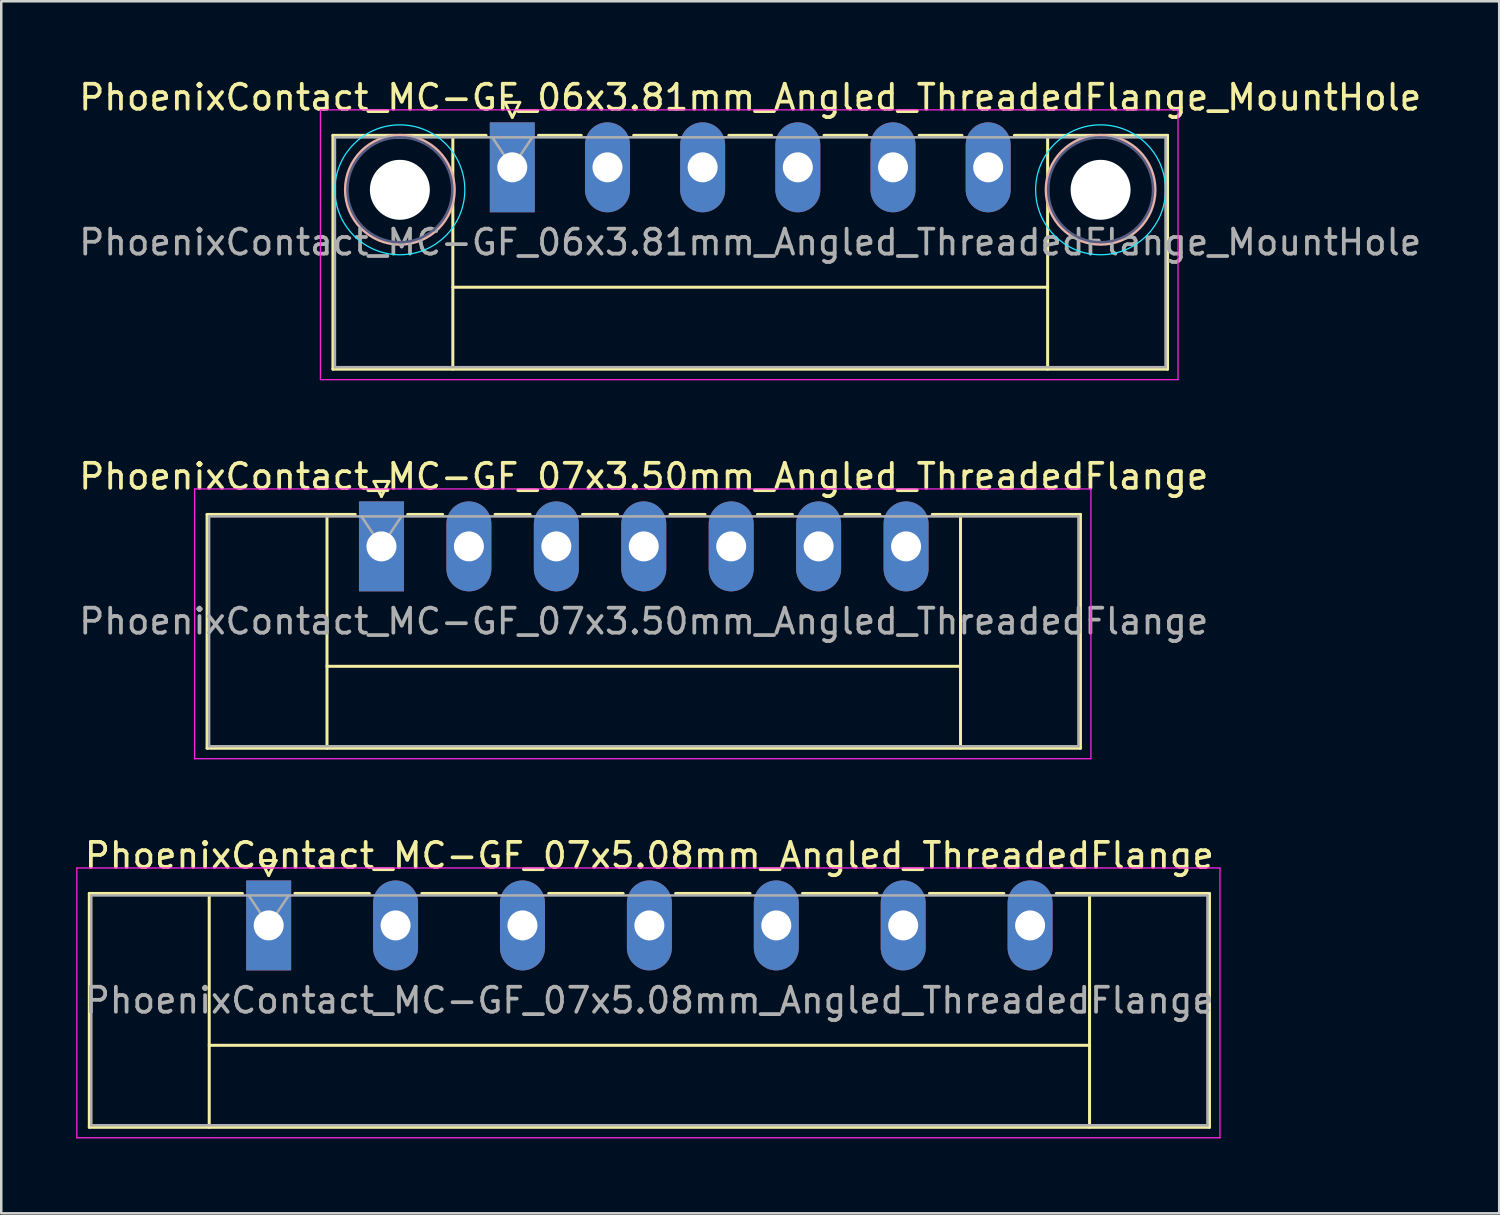
<source format=kicad_pcb>
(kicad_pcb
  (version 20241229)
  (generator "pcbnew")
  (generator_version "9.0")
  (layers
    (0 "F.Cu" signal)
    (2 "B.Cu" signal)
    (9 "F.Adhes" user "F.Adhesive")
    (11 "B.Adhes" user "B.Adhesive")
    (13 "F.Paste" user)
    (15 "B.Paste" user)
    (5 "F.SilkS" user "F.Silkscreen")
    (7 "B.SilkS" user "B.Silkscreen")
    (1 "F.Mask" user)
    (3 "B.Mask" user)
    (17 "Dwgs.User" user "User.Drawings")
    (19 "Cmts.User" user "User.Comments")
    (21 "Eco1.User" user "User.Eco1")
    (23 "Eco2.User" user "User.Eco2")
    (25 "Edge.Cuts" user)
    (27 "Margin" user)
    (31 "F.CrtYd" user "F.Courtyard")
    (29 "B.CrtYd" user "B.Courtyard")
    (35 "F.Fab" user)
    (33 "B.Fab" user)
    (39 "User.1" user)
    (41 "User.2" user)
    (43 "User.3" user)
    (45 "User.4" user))
  (footprint "PhoenixContact_MC-GF_07x5.08mm_Angled_ThreadedFlange"
    (layer "F.Cu")
    (at 7.705 33.995)
    (property "Reference" "PhoenixContact_MC-GF_07x5.08mm_Angled_ThreadedFlange" (at 15.24 -2.8 0) (layer "F.SilkS") (effects (font (size 1 1) (thickness 0.15))))
    (attr through_hole)
    (fp_line (start -7.18 -1.28) (end -7.18 8.08) (stroke (width 0.12) (type solid)) (layer "F.SilkS"))
    (fp_line (start -7.18 -1.28) (end -1.05 -1.28) (stroke (width 0.12) (type solid)) (layer "F.SilkS"))
    (fp_line (start -7.18 8.08) (end 37.66 8.08) (stroke (width 0.12) (type solid)) (layer "F.SilkS"))
    (fp_line (start -2.38 -1.28) (end -2.38 8.08) (stroke (width 0.12) (type solid)) (layer "F.SilkS"))
    (fp_line (start -2.38 4.8) (end 32.86 4.8) (stroke (width 0.12) (type solid)) (layer "F.SilkS"))
    (fp_line (start -0.3 -2.6) (end 0.3 -2.6) (stroke (width 0.12) (type solid)) (layer "F.SilkS"))
    (fp_line (start 0 -2) (end -0.3 -2.6) (stroke (width 0.12) (type solid)) (layer "F.SilkS"))
    (fp_line (start 0.3 -2.6) (end 0 -2) (stroke (width 0.12) (type solid)) (layer "F.SilkS"))
    (fp_line (start 1.05 -1.28) (end 4.03 -1.28) (stroke (width 0.12) (type solid)) (layer "F.SilkS"))
    (fp_line (start 6.13 -1.28) (end 9.11 -1.28) (stroke (width 0.12) (type solid)) (layer "F.SilkS"))
    (fp_line (start 11.21 -1.28) (end 14.19 -1.28) (stroke (width 0.12) (type solid)) (layer "F.SilkS"))
    (fp_line (start 16.29 -1.28) (end 19.27 -1.28) (stroke (width 0.12) (type solid)) (layer "F.SilkS"))
    (fp_line (start 21.37 -1.28) (end 24.35 -1.28) (stroke (width 0.12) (type solid)) (layer "F.SilkS"))
    (fp_line (start 26.45 -1.28) (end 29.43 -1.28) (stroke (width 0.12) (type solid)) (layer "F.SilkS"))
    (fp_line (start 32.86 -1.28) (end 32.86 8.08) (stroke (width 0.12) (type solid)) (layer "F.SilkS"))
    (fp_line (start 37.66 -1.28) (end 31.53 -1.28) (stroke (width 0.12) (type solid)) (layer "F.SilkS"))
    (fp_line (start 37.66 8.08) (end 37.66 -1.28) (stroke (width 0.12) (type solid)) (layer "F.SilkS"))
    (fp_line (start -7.68 -2.3) (end -7.68 8.5) (stroke (width 0.05) (type solid)) (layer "F.CrtYd"))
    (fp_line (start -7.68 8.5) (end 38.08 8.5) (stroke (width 0.05) (type solid)) (layer "F.CrtYd"))
    (fp_line (start 38.08 -2.3) (end -7.68 -2.3) (stroke (width 0.05) (type solid)) (layer "F.CrtYd"))
    (fp_line (start 38.08 8.5) (end 38.08 -2.3) (stroke (width 0.05) (type solid)) (layer "F.CrtYd"))
    (fp_line (start -7.1 -1.2) (end -7.1 8) (stroke (width 0.1) (type solid)) (layer "F.Fab"))
    (fp_line (start -7.1 8) (end 37.58 8) (stroke (width 0.1) (type solid)) (layer "F.Fab"))
    (fp_line (start 0 0) (end -0.8 -1.2) (stroke (width 0.1) (type solid)) (layer "F.Fab"))
    (fp_line (start 0.8 -1.2) (end 0 0) (stroke (width 0.1) (type solid)) (layer "F.Fab"))
    (fp_line (start 37.58 -1.2) (end -7.1 -1.2) (stroke (width 0.1) (type solid)) (layer "F.Fab"))
    (fp_line (start 37.58 8) (end 37.58 -1.2) (stroke (width 0.1) (type solid)) (layer "F.Fab"))
    (fp_text user "${REFERENCE}" (at 15.24 3 0) (layer "F.Fab") (effects (font (size 1 1) (thickness 0.15))))
    (pad "1" thru_hole rect (at 0 0) (size 1.8 3.6) (drill 1.2) (layers "*.Cu" "*.Mask"))
    (pad "2" thru_hole oval (at 5.08 0) (size 1.8 3.6) (drill 1.2) (layers "*.Cu" "*.Mask"))
    (pad "3" thru_hole oval (at 10.16 0) (size 1.8 3.6) (drill 1.2) (layers "*.Cu" "*.Mask"))
    (pad "4" thru_hole oval (at 15.24 0) (size 1.8 3.6) (drill 1.2) (layers "*.Cu" "*.Mask"))
    (pad "5" thru_hole oval (at 20.32 0) (size 1.8 3.6) (drill 1.2) (layers "*.Cu" "*.Mask"))
    (pad "6" thru_hole oval (at 25.4 0) (size 1.8 3.6) (drill 1.2) (layers "*.Cu" "*.Mask"))
    (pad "7" thru_hole oval (at 30.48 0) (size 1.8 3.6) (drill 1.2) (layers "*.Cu" "*.Mask")))
  (footprint "PhoenixContact_MC-GF_07x3.50mm_Angled_ThreadedFlange"
    (layer "F.Cu")
    (at 12.22 18.822)
    (property "Reference" "PhoenixContact_MC-GF_07x3.50mm_Angled_ThreadedFlange" (at 10.5 -2.8 0) (layer "F.SilkS") (effects (font (size 1 1) (thickness 0.15))))
    (attr through_hole)
    (fp_line (start -6.98 -1.28) (end -6.98 8.08) (stroke (width 0.12) (type solid)) (layer "F.SilkS"))
    (fp_line (start -6.98 -1.28) (end -1.05 -1.28) (stroke (width 0.12) (type solid)) (layer "F.SilkS"))
    (fp_line (start -6.98 8.08) (end 27.98 8.08) (stroke (width 0.12) (type solid)) (layer "F.SilkS"))
    (fp_line (start -2.18 -1.28) (end -2.18 8.08) (stroke (width 0.12) (type solid)) (layer "F.SilkS"))
    (fp_line (start -2.18 4.8) (end 23.18 4.8) (stroke (width 0.12) (type solid)) (layer "F.SilkS"))
    (fp_line (start -0.3 -2.6) (end 0.3 -2.6) (stroke (width 0.12) (type solid)) (layer "F.SilkS"))
    (fp_line (start 0 -2) (end -0.3 -2.6) (stroke (width 0.12) (type solid)) (layer "F.SilkS"))
    (fp_line (start 0.3 -2.6) (end 0 -2) (stroke (width 0.12) (type solid)) (layer "F.SilkS"))
    (fp_line (start 1.05 -1.28) (end 2.45 -1.28) (stroke (width 0.12) (type solid)) (layer "F.SilkS"))
    (fp_line (start 4.55 -1.28) (end 5.95 -1.28) (stroke (width 0.12) (type solid)) (layer "F.SilkS"))
    (fp_line (start 8.05 -1.28) (end 9.45 -1.28) (stroke (width 0.12) (type solid)) (layer "F.SilkS"))
    (fp_line (start 11.55 -1.28) (end 12.95 -1.28) (stroke (width 0.12) (type solid)) (layer "F.SilkS"))
    (fp_line (start 15.05 -1.28) (end 16.45 -1.28) (stroke (width 0.12) (type solid)) (layer "F.SilkS"))
    (fp_line (start 18.55 -1.28) (end 19.95 -1.28) (stroke (width 0.12) (type solid)) (layer "F.SilkS"))
    (fp_line (start 23.18 -1.28) (end 23.18 8.08) (stroke (width 0.12) (type solid)) (layer "F.SilkS"))
    (fp_line (start 27.98 -1.28) (end 22.05 -1.28) (stroke (width 0.12) (type solid)) (layer "F.SilkS"))
    (fp_line (start 27.98 8.08) (end 27.98 -1.28) (stroke (width 0.12) (type solid)) (layer "F.SilkS"))
    (fp_line (start -7.48 -2.3) (end -7.48 8.5) (stroke (width 0.05) (type solid)) (layer "F.CrtYd"))
    (fp_line (start -7.48 8.5) (end 28.4 8.5) (stroke (width 0.05) (type solid)) (layer "F.CrtYd"))
    (fp_line (start 28.4 -2.3) (end -7.48 -2.3) (stroke (width 0.05) (type solid)) (layer "F.CrtYd"))
    (fp_line (start 28.4 8.5) (end 28.4 -2.3) (stroke (width 0.05) (type solid)) (layer "F.CrtYd"))
    (fp_line (start -6.9 -1.2) (end -6.9 8) (stroke (width 0.1) (type solid)) (layer "F.Fab"))
    (fp_line (start -6.9 8) (end 27.9 8) (stroke (width 0.1) (type solid)) (layer "F.Fab"))
    (fp_line (start 0 0) (end -0.8 -1.2) (stroke (width 0.1) (type solid)) (layer "F.Fab"))
    (fp_line (start 0.8 -1.2) (end 0 0) (stroke (width 0.1) (type solid)) (layer "F.Fab"))
    (fp_line (start 27.9 -1.2) (end -6.9 -1.2) (stroke (width 0.1) (type solid)) (layer "F.Fab"))
    (fp_line (start 27.9 8) (end 27.9 -1.2) (stroke (width 0.1) (type solid)) (layer "F.Fab"))
    (fp_text user "${REFERENCE}" (at 10.5 3 0) (layer "F.Fab") (effects (font (size 1 1) (thickness 0.15))))
    (pad "1" thru_hole rect (at 0 0) (size 1.8 3.6) (drill 1.2) (layers "*.Cu" "*.Mask"))
    (pad "2" thru_hole oval (at 3.5 0) (size 1.8 3.6) (drill 1.2) (layers "*.Cu" "*.Mask"))
    (pad "3" thru_hole oval (at 7 0) (size 1.8 3.6) (drill 1.2) (layers "*.Cu" "*.Mask"))
    (pad "4" thru_hole oval (at 10.5 0) (size 1.8 3.6) (drill 1.2) (layers "*.Cu" "*.Mask"))
    (pad "5" thru_hole oval (at 14 0) (size 1.8 3.6) (drill 1.2) (layers "*.Cu" "*.Mask"))
    (pad "6" thru_hole oval (at 17.5 0) (size 1.8 3.6) (drill 1.2) (layers "*.Cu" "*.Mask"))
    (pad "7" thru_hole oval (at 21 0) (size 1.8 3.6) (drill 1.2) (layers "*.Cu" "*.Mask")))
  (footprint "PhoenixContact_MC-GF_06x3.81mm_Angled_ThreadedFlange_MountHole"
    (layer "F.Cu")
    (at 17.457 3.648)
    (property "Reference" "PhoenixContact_MC-GF_06x3.81mm_Angled_ThreadedFlange_MountHole" (at 9.525 -2.8 0) (layer "F.SilkS") (effects (font (size 1 1) (thickness 0.15))))
    (attr through_hole)
    (fp_line (start -7.18 -1.28) (end -7.18 8.08) (stroke (width 0.12) (type solid)) (layer "F.SilkS"))
    (fp_line (start -7.18 -1.28) (end -1.05 -1.28) (stroke (width 0.12) (type solid)) (layer "F.SilkS"))
    (fp_line (start -7.18 8.08) (end 26.23 8.08) (stroke (width 0.12) (type solid)) (layer "F.SilkS"))
    (fp_line (start -2.38 -1.28) (end -2.38 8.08) (stroke (width 0.12) (type solid)) (layer "F.SilkS"))
    (fp_line (start -2.38 4.8) (end 21.43 4.8) (stroke (width 0.12) (type solid)) (layer "F.SilkS"))
    (fp_line (start -0.3 -2.6) (end 0.3 -2.6) (stroke (width 0.12) (type solid)) (layer "F.SilkS"))
    (fp_line (start 0 -2) (end -0.3 -2.6) (stroke (width 0.12) (type solid)) (layer "F.SilkS"))
    (fp_line (start 0.3 -2.6) (end 0 -2) (stroke (width 0.12) (type solid)) (layer "F.SilkS"))
    (fp_line (start 1.05 -1.28) (end 2.76 -1.28) (stroke (width 0.12) (type solid)) (layer "F.SilkS"))
    (fp_line (start 4.86 -1.28) (end 6.57 -1.28) (stroke (width 0.12) (type solid)) (layer "F.SilkS"))
    (fp_line (start 8.67 -1.28) (end 10.38 -1.28) (stroke (width 0.12) (type solid)) (layer "F.SilkS"))
    (fp_line (start 12.48 -1.28) (end 14.19 -1.28) (stroke (width 0.12) (type solid)) (layer "F.SilkS"))
    (fp_line (start 16.29 -1.28) (end 18 -1.28) (stroke (width 0.12) (type solid)) (layer "F.SilkS"))
    (fp_line (start 21.43 -1.28) (end 21.43 8.08) (stroke (width 0.12) (type solid)) (layer "F.SilkS"))
    (fp_line (start 26.23 -1.28) (end 20.1 -1.28) (stroke (width 0.12) (type solid)) (layer "F.SilkS"))
    (fp_line (start 26.23 8.08) (end 26.23 -1.28) (stroke (width 0.12) (type solid)) (layer "F.SilkS"))
    (fp_circle (center -4.5 0.9) (end -2.32 0.9) (stroke (width 0.12) (type solid)) (fill no) (layer "B.SilkS"))
    (fp_circle (center 23.55 0.9) (end 25.73 0.9) (stroke (width 0.12) (type solid)) (fill no) (layer "B.SilkS"))
    (fp_circle (center -4.5 0.9) (end -1.9 0.9) (stroke (width 0.05) (type solid)) (fill no) (layer "B.CrtYd"))
    (fp_circle (center 23.55 0.9) (end 26.15 0.9) (stroke (width 0.05) (type solid)) (fill no) (layer "B.CrtYd"))
    (fp_line (start -7.68 -2.3) (end -7.68 8.5) (stroke (width 0.05) (type solid)) (layer "F.CrtYd"))
    (fp_line (start -7.68 8.5) (end 26.65 8.5) (stroke (width 0.05) (type solid)) (layer "F.CrtYd"))
    (fp_line (start 26.65 -2.3) (end -7.68 -2.3) (stroke (width 0.05) (type solid)) (layer "F.CrtYd"))
    (fp_line (start 26.65 8.5) (end 26.65 -2.3) (stroke (width 0.05) (type solid)) (layer "F.CrtYd"))
    (fp_circle (center -4.5 0.9) (end -2.4 0.9) (stroke (width 0.1) (type solid)) (fill no) (layer "B.Fab"))
    (fp_circle (center 23.55 0.9) (end 25.65 0.9) (stroke (width 0.1) (type solid)) (fill no) (layer "B.Fab"))
    (fp_line (start -7.1 -1.2) (end -7.1 8) (stroke (width 0.1) (type solid)) (layer "F.Fab"))
    (fp_line (start -7.1 8) (end 26.15 8) (stroke (width 0.1) (type solid)) (layer "F.Fab"))
    (fp_line (start 0 0) (end -0.8 -1.2) (stroke (width 0.1) (type solid)) (layer "F.Fab"))
    (fp_line (start 0.8 -1.2) (end 0 0) (stroke (width 0.1) (type solid)) (layer "F.Fab"))
    (fp_line (start 26.15 -1.2) (end -7.1 -1.2) (stroke (width 0.1) (type solid)) (layer "F.Fab"))
    (fp_line (start 26.15 8) (end 26.15 -1.2) (stroke (width 0.1) (type solid)) (layer "F.Fab"))
    (fp_text user "${REFERENCE}" (at 9.525 3 0) (layer "F.Fab") (effects (font (size 1 1) (thickness 0.15))))
    (pad "" np_thru_hole circle (at -4.5 0.9) (size 2.4 2.4) (drill 2.4) (layers "*.Cu" "*.Mask"))
    (pad "" np_thru_hole circle (at 23.55 0.9) (size 2.4 2.4) (drill 2.4) (layers "*.Cu" "*.Mask"))
    (pad "1" thru_hole rect (at 0 0) (size 1.8 3.6) (drill 1.2) (layers "*.Cu" "*.Mask"))
    (pad "2" thru_hole oval (at 3.81 0) (size 1.8 3.6) (drill 1.2) (layers "*.Cu" "*.Mask"))
    (pad "3" thru_hole oval (at 7.62 0) (size 1.8 3.6) (drill 1.2) (layers "*.Cu" "*.Mask"))
    (pad "4" thru_hole oval (at 11.43 0) (size 1.8 3.6) (drill 1.2) (layers "*.Cu" "*.Mask"))
    (pad "5" thru_hole oval (at 15.24 0) (size 1.8 3.6) (drill 1.2) (layers "*.Cu" "*.Mask"))
    (pad "6" thru_hole oval (at 19.05 0) (size 1.8 3.6) (drill 1.2) (layers "*.Cu" "*.Mask")))
  (gr_rect
    (start -3 -3)
    (end 56.964 45.52)
    (stroke (width 0.1) (type default))
    (fill no)
    (layer "Edge.Cuts")))
</source>
